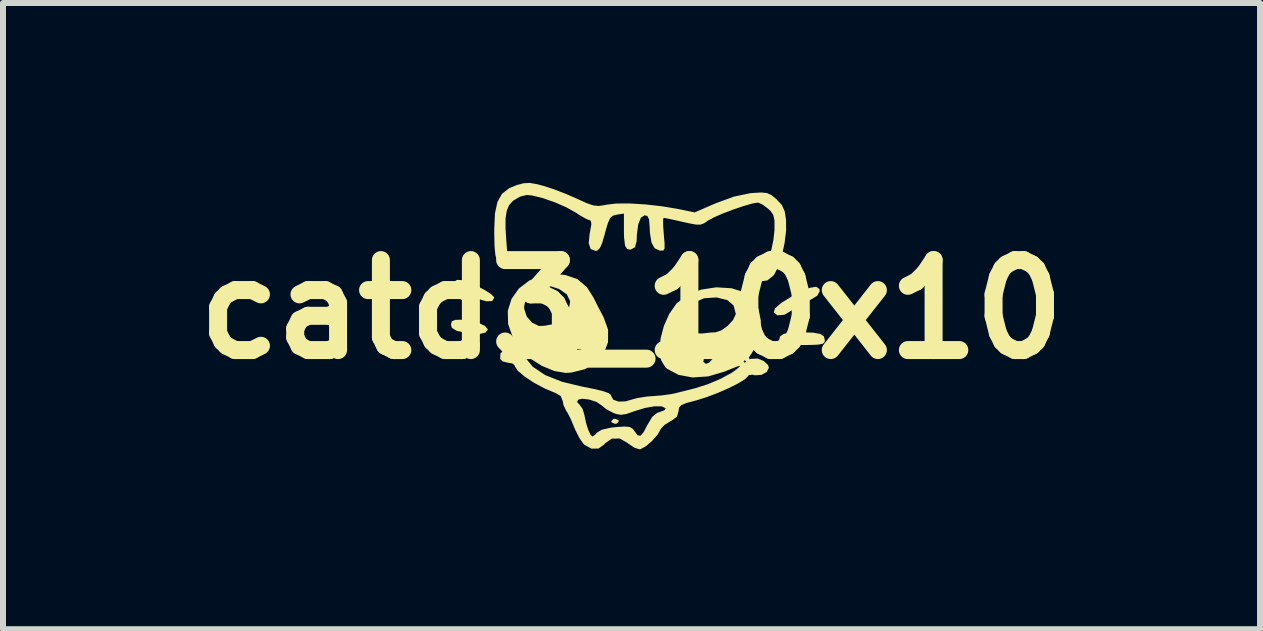
<source format=kicad_pcb>
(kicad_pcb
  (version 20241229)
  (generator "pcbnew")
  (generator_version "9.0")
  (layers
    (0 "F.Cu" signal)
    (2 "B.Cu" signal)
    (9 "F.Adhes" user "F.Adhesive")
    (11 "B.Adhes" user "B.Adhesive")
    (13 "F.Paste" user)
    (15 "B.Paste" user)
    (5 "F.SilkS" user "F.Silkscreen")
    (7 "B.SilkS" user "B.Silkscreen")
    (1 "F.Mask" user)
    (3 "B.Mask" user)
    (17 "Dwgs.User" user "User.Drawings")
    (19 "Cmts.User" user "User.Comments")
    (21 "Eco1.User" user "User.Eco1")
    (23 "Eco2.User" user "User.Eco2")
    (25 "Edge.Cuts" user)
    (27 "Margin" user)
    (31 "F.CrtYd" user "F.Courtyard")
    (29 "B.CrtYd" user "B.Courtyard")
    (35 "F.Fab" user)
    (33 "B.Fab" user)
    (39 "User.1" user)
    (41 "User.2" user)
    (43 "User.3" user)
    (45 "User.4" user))
  (footprint "catd3_10x10"
    (layer "F.Cu")
    (at 7.479 2.108)
    (property "Reference" "catd3_10x10" (at 0 0 0) (layer "F.SilkS") (effects (font (size 1.5 1.5) (thickness 0.3))))
    (attr board_only exclude_from_pos_files exclude_from_bom)
    (fp_poly (pts (xy -0.219 1.846) (xy -0.212 1.866) (xy -0.246 1.903) (xy -0.276 1.908) (xy -0.332 1.885) (xy -0.339 1.866) (xy -0.305 1.828) (xy -0.276 1.823)) (stroke (width 0) (type solid)) (fill yes) (layer "F.SilkS"))
    (fp_poly (pts (xy -2.837 -0.488) (xy -2.721 -0.452) (xy -2.586 -0.394) (xy -2.454 -0.326) (xy -2.348 -0.259) (xy -2.293 -0.205) (xy -2.29 -0.193) (xy -2.323 -0.139) (xy -2.422 -0.135) (xy -2.581 -0.18) (xy -2.724 -0.24) (xy -2.877 -0.323) (xy -2.957 -0.397) (xy -2.96 -0.457) (xy -2.91 -0.492)) (stroke (width 0) (type solid)) (fill yes) (layer "F.SilkS"))
    (fp_poly (pts (xy -2.692 0.188) (xy -2.548 0.226) (xy -2.442 0.277) (xy -2.396 0.334) (xy -2.396 0.339) (xy -2.433 0.385) (xy -2.529 0.41) (xy -2.66 0.41) (xy -2.735 0.397) (xy -2.849 0.372) (xy -2.915 0.358) (xy -2.995 0.308) (xy -3.011 0.254) (xy -2.996 0.198) (xy -2.935 0.175) (xy -2.852 0.172)) (stroke (width 0) (type solid)) (fill yes) (layer "F.SilkS"))
    (fp_poly (pts (xy 3.029 0.388) (xy 3.146 0.409) (xy 3.206 0.449) (xy 3.223 0.513) (xy 3.215 0.552) (xy 3.182 0.575) (xy 3.107 0.588) (xy 2.974 0.593) (xy 2.841 0.594) (xy 2.659 0.592) (xy 2.546 0.585) (xy 2.486 0.569) (xy 2.463 0.541) (xy 2.459 0.513) (xy 2.477 0.449) (xy 2.538 0.408) (xy 2.656 0.387) (xy 2.841 0.382)) (stroke (width 0) (type solid)) (fill yes) (layer "F.SilkS"))
    (fp_poly (pts (xy 3.132 -0.339) (xy 3.138 -0.303) (xy 3.096 -0.228) (xy 2.972 -0.153) (xy 2.958 -0.147) (xy 2.827 -0.083) (xy 2.718 -0.017) (xy 2.693 0.002) (xy 2.552 0.089) (xy 2.435 0.099) (xy 2.428 0.096) (xy 2.37 0.05) (xy 2.393 -0.018) (xy 2.498 -0.109) (xy 2.682 -0.222) (xy 2.799 -0.284) (xy 2.969 -0.359) (xy 3.08 -0.377)) (stroke (width 0) (type solid)) (fill yes) (layer "F.SilkS"))
    (fp_poly (pts (xy -1.573 -2.087) (xy -1.469 -2.059) (xy -1.293 -2.002) (xy -1.088 -1.923) (xy -0.908 -1.844) (xy -0.75 -1.772) (xy -0.64 -1.734) (xy -0.551 -1.724) (xy -0.456 -1.737) (xy -0.421 -1.745) (xy -0.255 -1.765) (xy -0.031 -1.766) (xy 0.231 -1.75) (xy 0.507 -1.719) (xy 0.77 -1.675) (xy 1.053 -1.617) (xy 1.401 -1.768) (xy 1.707 -1.88) (xy 1.979 -1.937) (xy 2.013 -1.94) (xy 2.163 -1.949) (xy 2.26 -1.939) (xy 2.336 -1.903) (xy 2.416 -1.837) (xy 2.506 -1.74) (xy 2.554 -1.634) (xy 2.576 -1.491) (xy 2.577 -1.311) (xy 2.551 -1.104) (xy 2.506 -0.896) (xy 2.447 -0.714) (xy 2.381 -0.584) (xy 2.363 -0.562) (xy 2.265 -0.483) (xy 2.183 -0.471) (xy 2.146 -0.501) (xy 2.138 -0.565) (xy 2.155 -0.649) (xy 2.187 -0.711) (xy 2.204 -0.721) (xy 2.245 -0.759) (xy 2.29 -0.86) (xy 2.332 -1) (xy 2.365 -1.158) (xy 2.382 -1.311) (xy 2.383 -1.336) (xy 2.383 -1.482) (xy 2.364 -1.573) (xy 2.318 -1.64) (xy 2.274 -1.681) (xy 2.183 -1.748) (xy 2.113 -1.78) (xy 2.107 -1.781) (xy 2.013 -1.765) (xy 1.868 -1.723) (xy 1.697 -1.665) (xy 1.526 -1.6) (xy 1.379 -1.537) (xy 1.283 -1.485) (xy 1.278 -1.482) (xy 1.21 -1.436) (xy 1.15 -1.413) (xy 1.072 -1.414) (xy 0.951 -1.437) (xy 0.855 -1.458) (xy 0.706 -1.492) (xy 0.592 -1.516) (xy 0.535 -1.526) (xy 0.534 -1.527) (xy 0.526 -1.488) (xy 0.528 -1.387) (xy 0.538 -1.247) (xy 0.551 -1.098) (xy 0.55 -1.016) (xy 0.531 -0.982) (xy 0.488 -0.979) (xy 0.464 -0.982) (xy 0.384 -1.02) (xy 0.333 -1.113) (xy 0.307 -1.273) (xy 0.301 -1.389) (xy 0.291 -1.505) (xy 0.262 -1.558) (xy 0.218 -1.569) (xy 0.156 -1.529) (xy 0.111 -1.415) (xy 0.088 -1.236) (xy 0.085 -1.139) (xy 0.058 -1.035) (xy -0.017 -0.996) (xy -0.074 -1.006) (xy -0.108 -1.062) (xy -0.125 -1.202) (xy -0.127 -1.311) (xy -0.127 -1.597) (xy -0.247 -1.579) (xy -0.312 -1.562) (xy -0.357 -1.522) (xy -0.394 -1.44) (xy -0.436 -1.297) (xy -0.443 -1.268) (xy -0.489 -1.109) (xy -0.53 -1.018) (xy -0.573 -0.98) (xy -0.6 -0.975) (xy -0.682 -1.007) (xy -0.714 -1.102) (xy -0.698 -1.265) (xy -0.691 -1.298) (xy -0.669 -1.422) (xy -0.679 -1.478) (xy -0.695 -1.485) (xy -0.755 -1.508) (xy -0.856 -1.565) (xy -0.923 -1.609) (xy -1.082 -1.699) (xy -1.276 -1.784) (xy -1.476 -1.854) (xy -1.652 -1.898) (xy -1.744 -1.908) (xy -1.856 -1.881) (xy -1.971 -1.814) (xy -1.98 -1.806) (xy -2.041 -1.738) (xy -2.08 -1.648) (xy -2.1 -1.523) (xy -2.101 -1.347) (xy -2.085 -1.107) (xy -2.078 -1.018) (xy -2.069 -0.883) (xy -2.077 -0.812) (xy -2.108 -0.781) (xy -2.146 -0.772) (xy -2.204 -0.776) (xy -2.244 -0.817) (xy -2.27 -0.904) (xy -2.284 -1.051) (xy -2.289 -1.268) (xy -2.289 -1.34) (xy -2.277 -1.6) (xy -2.236 -1.791) (xy -2.159 -1.927) (xy -2.039 -2.021) (xy -1.913 -2.073) (xy -1.798 -2.103) (xy -1.696 -2.108)) (stroke (width 0) (type solid)) (fill yes) (layer "F.SilkS"))
    (fp_poly (pts (xy -1.104 -0.573) (xy -0.901 -0.504) (xy -0.743 -0.369) (xy -0.636 -0.199) (xy -0.561 -0.05) (xy -0.484 0.097) (xy -0.467 0.127) (xy -0.391 0.34) (xy -0.392 0.546) (xy -0.462 0.731) (xy -0.593 0.886) (xy -0.777 0.997) (xy -1.007 1.054) (xy -1.099 1.059) (xy -1.285 1.028) (xy -1.495 0.942) (xy -1.7 0.812) (xy -1.755 0.768) (xy -1.791 0.74) (xy -0.937 0.74) (xy -0.914 0.814) (xy -0.849 0.848) (xy -0.848 0.848) (xy -0.779 0.824) (xy -0.763 0.79) (xy -0.788 0.721) (xy -0.843 0.669) (xy -0.897 0.659) (xy -0.905 0.665) (xy -0.937 0.74) (xy -1.791 0.74) (xy -1.811 0.724) (xy -1.812 0.74) (xy -1.788 0.784) (xy -1.649 0.955) (xy -1.44 1.095) (xy -1.158 1.207) (xy -0.826 1.287) (xy -0.61 1.33) (xy -0.465 1.366) (xy -0.38 1.397) (xy -0.343 1.428) (xy -0.339 1.445) (xy -0.303 1.507) (xy -0.213 1.538) (xy -0.096 1.533) (xy -0.033 1.514) (xy 0.092 1.479) (xy 0.254 1.453) (xy 0.339 1.447) (xy 0.504 1.434) (xy 0.659 1.413) (xy 0.721 1.4) (xy 0.859 1.366) (xy 1.02 1.325) (xy 1.06 1.315) (xy 1.274 1.247) (xy 1.488 1.156) (xy 1.669 1.058) (xy 1.733 1.013) (xy 1.795 0.962) (xy 1.811 0.941) (xy 1.774 0.948) (xy 1.673 0.987) (xy 1.548 1.038) (xy 1.279 1.117) (xy 1.019 1.135) (xy 0.784 1.092) (xy 0.592 0.99) (xy 0.562 0.964) (xy 0.509 0.874) (xy 1.197 0.874) (xy 1.239 0.908) (xy 1.297 0.887) (xy 1.312 0.869) (xy 1.866 0.869) (xy 1.887 0.89) (xy 1.908 0.869) (xy 1.887 0.848) (xy 1.866 0.869) (xy 1.312 0.869) (xy 1.348 0.827) (xy 1.357 0.8) (xy 1.326 0.768) (xy 1.262 0.77) (xy 1.209 0.805) (xy 1.209 0.806) (xy 1.197 0.874) (xy 0.509 0.874) (xy 0.493 0.847) (xy 0.468 0.68) (xy 0.485 0.482) (xy 0.54 0.274) (xy 0.561 0.227) (xy 0.857 0.227) (xy 0.897 0.335) (xy 1.004 0.395) (xy 1.173 0.402) (xy 1.203 0.399) (xy 1.321 0.386) (xy 1.401 0.382) (xy 1.498 0.35) (xy 1.604 0.273) (xy 1.693 0.176) (xy 1.736 0.084) (xy 1.737 0.07) (xy 1.701 -0.066) (xy 1.597 -0.155) (xy 1.422 -0.198) (xy 1.411 -0.199) (xy 1.208 -0.185) (xy 1.036 -0.11) (xy 0.916 0.014) (xy 0.887 0.073) (xy 0.857 0.227) (xy 0.561 0.227) (xy 0.629 0.075) (xy 0.748 -0.096) (xy 0.753 -0.101) (xy 0.932 -0.239) (xy 1.159 -0.329) (xy 1.412 -0.368) (xy 1.668 -0.352) (xy 1.902 -0.278) (xy 1.922 -0.268) (xy 2.04 -0.163) (xy 2.118 -0.004) (xy 2.155 0.188) (xy 2.148 0.39) (xy 2.096 0.58) (xy 2.008 0.724) (xy 1.957 0.8) (xy 1.966 0.832) (xy 2.007 0.824) (xy 2.104 0.82) (xy 2.205 0.861) (xy 2.276 0.928) (xy 2.29 0.973) (xy 2.253 1.045) (xy 2.165 1.092) (xy 2.057 1.099) (xy 2.018 1.089) (xy 1.954 1.096) (xy 1.938 1.117) (xy 1.886 1.168) (xy 1.772 1.237) (xy 1.616 1.315) (xy 1.437 1.393) (xy 1.253 1.463) (xy 1.084 1.516) (xy 1.06 1.522) (xy 0.912 1.562) (xy 0.829 1.597) (xy 0.792 1.638) (xy 0.784 1.696) (xy 0.758 1.787) (xy 0.667 1.856) (xy 0.647 1.866) (xy 0.549 1.926) (xy 0.491 1.988) (xy 0.488 1.994) (xy 0.434 2.089) (xy 0.343 2.192) (xy 0.241 2.28) (xy 0.153 2.329) (xy 0.132 2.332) (xy 0.045 2.305) (xy -0.056 2.237) (xy -0.067 2.227) (xy -0.197 2.153) (xy -0.329 2.155) (xy -0.442 2.234) (xy -0.458 2.254) (xy -0.551 2.32) (xy -0.668 2.322) (xy -0.784 2.259) (xy -0.803 2.24) (xy -0.87 2.144) (xy -0.938 2.009) (xy -0.961 1.954) (xy -1.015 1.824) (xy -1.069 1.721) (xy -1.088 1.693) (xy -1.135 1.595) (xy -1.143 1.546) (xy -0.908 1.546) (xy -0.87 1.584) (xy -0.815 1.661) (xy -0.786 1.761) (xy -0.76 1.888) (xy -0.722 2.008) (xy -0.681 2.094) (xy -0.652 2.12) (xy -0.607 2.09) (xy -0.575 2.053) (xy -0.496 2.006) (xy -0.345 1.972) (xy -0.267 1.963) (xy -0.12 1.953) (xy -0.033 1.96) (xy 0.018 1.989) (xy 0.049 2.03) (xy 0.102 2.099) (xy 0.149 2.107) (xy 0.201 2.048) (xy 0.265 1.926) (xy 0.344 1.793) (xy 0.427 1.725) (xy 0.476 1.709) (xy 0.552 1.681) (xy 0.569 1.649) (xy 0.504 1.617) (xy 0.381 1.616) (xy 0.222 1.644) (xy 0.052 1.696) (xy -0.085 1.744) (xy -0.179 1.758) (xy -0.262 1.742) (xy -0.308 1.724) (xy -0.42 1.665) (xy -0.5 1.6) (xy -0.503 1.598) (xy -0.585 1.542) (xy -0.705 1.503) (xy -0.822 1.49) (xy -0.89 1.505) (xy -0.908 1.546) (xy -1.143 1.546) (xy -1.145 1.533) (xy -1.182 1.443) (xy -1.262 1.397) (xy -1.451 1.317) (xy -1.63 1.221) (xy -1.784 1.119) (xy -1.896 1.024) (xy -1.948 0.946) (xy -1.951 0.931) (xy -1.987 0.901) (xy -2.058 0.89) (xy -2.148 0.868) (xy -2.19 0.826) (xy -2.187 0.737) (xy -2.122 0.669) (xy -2.018 0.643) (xy -1.99 0.645) (xy -1.877 0.662) (xy -1.977 0.473) (xy -2.058 0.244) (xy -2.063 0.025) (xy -2.042 -0.044) (xy -1.791 -0.044) (xy -1.79 -0.012) (xy -1.747 0.12) (xy -1.657 0.222) (xy -1.543 0.277) (xy -1.449 0.273) (xy -1.356 0.255) (xy -1.337 0.254) (xy -1.273 0.227) (xy -1.181 0.16) (xy -1.149 0.131) (xy -1.046 -0.005) (xy -1.023 -0.135) (xy -1.078 -0.25) (xy -1.208 -0.34) (xy -1.338 -0.382) (xy -1.516 -0.387) (xy -1.661 -0.325) (xy -1.757 -0.206) (xy -1.791 -0.044) (xy -2.042 -0.044) (xy -2 -0.176) (xy -1.878 -0.348) (xy -1.705 -0.481) (xy -1.489 -0.563) (xy -1.24 -0.587)) (stroke (width 0) (type solid)) (fill yes) (layer "F.SilkS")))
  (gr_rect
    (start -3 -3)
    (end 17.957 7.44)
    (stroke (width 0.1) (type default))
    (fill no)
    (layer "Edge.Cuts")))
</source>
